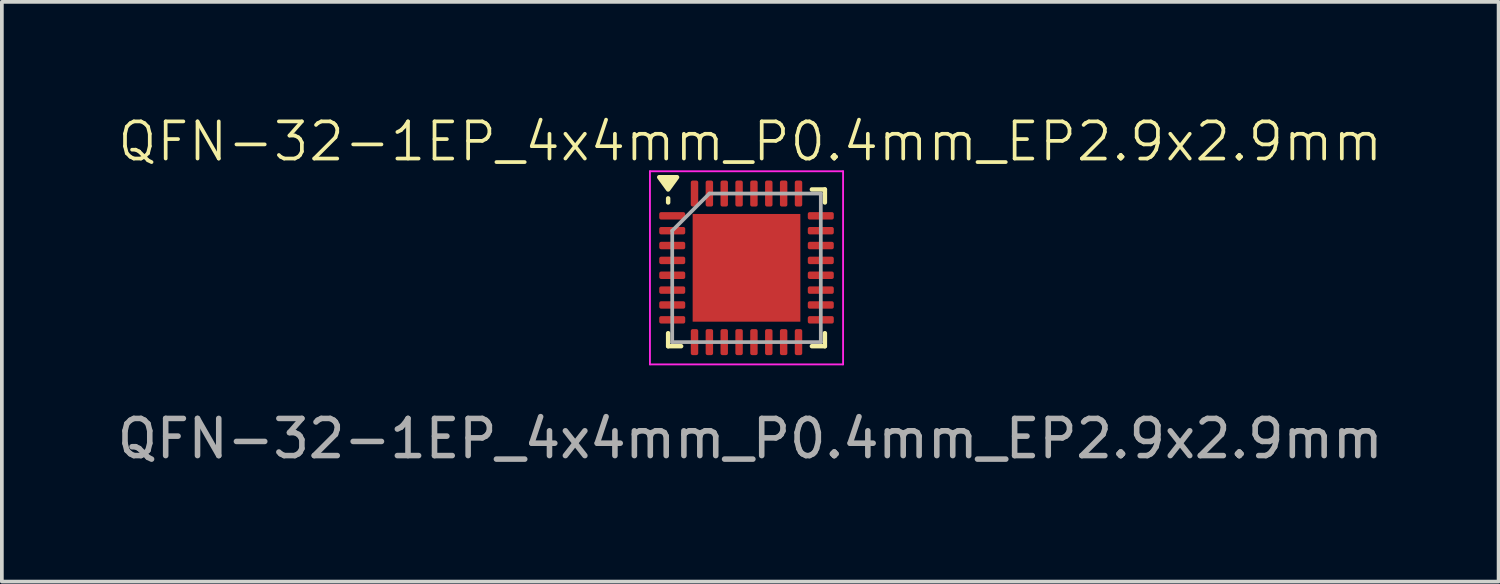
<source format=kicad_pcb>
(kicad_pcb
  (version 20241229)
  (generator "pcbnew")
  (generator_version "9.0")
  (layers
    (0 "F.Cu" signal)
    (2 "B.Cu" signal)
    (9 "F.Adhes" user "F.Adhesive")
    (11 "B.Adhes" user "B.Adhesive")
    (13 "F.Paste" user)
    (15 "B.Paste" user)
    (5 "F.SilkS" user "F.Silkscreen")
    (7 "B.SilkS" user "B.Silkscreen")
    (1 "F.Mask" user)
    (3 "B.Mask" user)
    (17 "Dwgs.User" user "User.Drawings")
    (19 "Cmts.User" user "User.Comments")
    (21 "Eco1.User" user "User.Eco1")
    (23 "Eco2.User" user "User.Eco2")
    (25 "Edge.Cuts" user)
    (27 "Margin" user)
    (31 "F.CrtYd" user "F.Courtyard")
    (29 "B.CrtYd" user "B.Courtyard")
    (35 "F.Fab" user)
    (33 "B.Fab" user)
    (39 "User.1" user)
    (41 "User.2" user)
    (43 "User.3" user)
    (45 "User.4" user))
  (footprint "QFN-32-1EP_4x4mm_P0.4mm_EP2.9x2.9mm"
    (layer "F.Cu")
    (at 17.149 4.261)
    (property "Reference" "QFN-32-1EP_4x4mm_P0.4mm_EP2.9x2.9mm" (at 0 -3.5 0) (unlocked yes) (layer "F.SilkS") (effects (font (size 1 1) (thickness 0.1))))
    (attr smd)
    (fp_line (start -2.21 -1.86) (end -2.21 -1.97) (stroke (width 0.12) (type solid)) (layer "F.SilkS"))
    (fp_line (start -2.21 2.01) (end -2.21 1.66) (stroke (width 0.12) (type solid)) (layer "F.SilkS"))
    (fp_line (start -1.86 2.01) (end -2.21 2.01) (stroke (width 0.12) (type solid)) (layer "F.SilkS"))
    (fp_line (start 1.66 -2.21) (end 2.01 -2.21) (stroke (width 0.12) (type solid)) (layer "F.SilkS"))
    (fp_line (start 1.66 2.01) (end 2.01 2.01) (stroke (width 0.12) (type solid)) (layer "F.SilkS"))
    (fp_line (start 2.01 -2.21) (end 2.01 -1.86) (stroke (width 0.12) (type solid)) (layer "F.SilkS"))
    (fp_line (start 2.01 2.01) (end 2.01 1.66) (stroke (width 0.12) (type solid)) (layer "F.SilkS"))
    (fp_poly (pts (xy -2.21 -2.21) (xy -2.45 -2.54) (xy -1.97 -2.54) (xy -2.21 -2.21)) (stroke (width 0.12) (type solid)) (fill yes) (layer "F.SilkS"))
    (fp_line (start -2.7 -2.7) (end -2.7 2.5) (stroke (width 0.05) (type solid)) (layer "F.CrtYd"))
    (fp_line (start -2.7 2.5) (end 2.5 2.5) (stroke (width 0.05) (type solid)) (layer "F.CrtYd"))
    (fp_line (start 2.5 -2.7) (end -2.7 -2.7) (stroke (width 0.05) (type solid)) (layer "F.CrtYd"))
    (fp_line (start 2.5 2.5) (end 2.5 -2.7) (stroke (width 0.05) (type solid)) (layer "F.CrtYd"))
    (fp_line (start -2.1 -1.1) (end -1.1 -2.1) (stroke (width 0.1) (type solid)) (layer "F.Fab"))
    (fp_line (start -2.1 1.9) (end -2.1 -1.1) (stroke (width 0.1) (type solid)) (layer "F.Fab"))
    (fp_line (start -1.1 -2.1) (end 1.9 -2.1) (stroke (width 0.1) (type solid)) (layer "F.Fab"))
    (fp_line (start 1.9 -2.1) (end 1.9 1.9) (stroke (width 0.1) (type solid)) (layer "F.Fab"))
    (fp_line (start 1.9 1.9) (end -2.1 1.9) (stroke (width 0.1) (type solid)) (layer "F.Fab"))
    (fp_text user "${REFERENCE}" (at 0 4.5 0) (layer "F.Fab") (effects (font (size 1 1) (thickness 0.15))))
    (pad "" smd roundrect (at -0.825 -0.825) (size 1.17 1.17) (layers "F.Paste") (roundrect_rratio 0.214))
    (pad "" smd roundrect (at -0.825 0.625) (size 1.17 1.17) (layers "F.Paste") (roundrect_rratio 0.214))
    (pad "" smd roundrect (at 0.625 -0.825) (size 1.17 1.17) (layers "F.Paste") (roundrect_rratio 0.214))
    (pad "" smd roundrect (at 0.625 0.625) (size 1.17 1.17) (layers "F.Paste") (roundrect_rratio 0.214))
    (pad "1" smd roundrect (at -2.1 -1.5) (size 0.7 0.2) (layers "F.Cu" "F.Mask" "F.Paste") (roundrect_rratio 0.25))
    (pad "2" smd roundrect (at -2.1 -1.1) (size 0.7 0.2) (layers "F.Cu" "F.Mask" "F.Paste") (roundrect_rratio 0.25))
    (pad "3" smd roundrect (at -2.1 -0.7) (size 0.7 0.2) (layers "F.Cu" "F.Mask" "F.Paste") (roundrect_rratio 0.25))
    (pad "4" smd roundrect (at -2.1 -0.3) (size 0.7 0.2) (layers "F.Cu" "F.Mask" "F.Paste") (roundrect_rratio 0.25))
    (pad "5" smd roundrect (at -2.1 0.1) (size 0.7 0.2) (layers "F.Cu" "F.Mask" "F.Paste") (roundrect_rratio 0.25))
    (pad "6" smd roundrect (at -2.1 0.5) (size 0.7 0.2) (layers "F.Cu" "F.Mask" "F.Paste") (roundrect_rratio 0.25))
    (pad "7" smd roundrect (at -2.1 0.9) (size 0.7 0.2) (layers "F.Cu" "F.Mask" "F.Paste") (roundrect_rratio 0.25))
    (pad "8" smd roundrect (at -2.1 1.3) (size 0.7 0.2) (layers "F.Cu" "F.Mask" "F.Paste") (roundrect_rratio 0.25))
    (pad "9" smd roundrect (at -1.5 1.9) (size 0.2 0.7) (layers "F.Cu" "F.Mask" "F.Paste") (roundrect_rratio 0.25))
    (pad "10" smd roundrect (at -1.1 1.9) (size 0.2 0.7) (layers "F.Cu" "F.Mask" "F.Paste") (roundrect_rratio 0.25))
    (pad "11" smd roundrect (at -0.7 1.9) (size 0.2 0.7) (layers "F.Cu" "F.Mask" "F.Paste") (roundrect_rratio 0.25))
    (pad "12" smd roundrect (at -0.3 1.9) (size 0.2 0.7) (layers "F.Cu" "F.Mask" "F.Paste") (roundrect_rratio 0.25))
    (pad "13" smd roundrect (at 0.1 1.9) (size 0.2 0.7) (layers "F.Cu" "F.Mask" "F.Paste") (roundrect_rratio 0.25))
    (pad "14" smd roundrect (at 0.5 1.9) (size 0.2 0.7) (layers "F.Cu" "F.Mask" "F.Paste") (roundrect_rratio 0.25))
    (pad "15" smd roundrect (at 0.9 1.9) (size 0.2 0.7) (layers "F.Cu" "F.Mask" "F.Paste") (roundrect_rratio 0.25))
    (pad "16" smd roundrect (at 1.3 1.9) (size 0.2 0.7) (layers "F.Cu" "F.Mask" "F.Paste") (roundrect_rratio 0.25))
    (pad "17" smd roundrect (at 1.9 1.3) (size 0.7 0.2) (layers "F.Cu" "F.Mask" "F.Paste") (roundrect_rratio 0.25))
    (pad "18" smd roundrect (at 1.9 0.9) (size 0.7 0.2) (layers "F.Cu" "F.Mask" "F.Paste") (roundrect_rratio 0.25))
    (pad "19" smd roundrect (at 1.9 0.5) (size 0.7 0.2) (layers "F.Cu" "F.Mask" "F.Paste") (roundrect_rratio 0.25))
    (pad "20" smd roundrect (at 1.9 0.1) (size 0.7 0.2) (layers "F.Cu" "F.Mask" "F.Paste") (roundrect_rratio 0.25))
    (pad "21" smd roundrect (at 1.9 -0.3) (size 0.7 0.2) (layers "F.Cu" "F.Mask" "F.Paste") (roundrect_rratio 0.25))
    (pad "22" smd roundrect (at 1.9 -0.7) (size 0.7 0.2) (layers "F.Cu" "F.Mask" "F.Paste") (roundrect_rratio 0.25))
    (pad "23" smd roundrect (at 1.9 -1.1) (size 0.7 0.2) (layers "F.Cu" "F.Mask" "F.Paste") (roundrect_rratio 0.25))
    (pad "24" smd roundrect (at 1.9 -1.5) (size 0.7 0.2) (layers "F.Cu" "F.Mask" "F.Paste") (roundrect_rratio 0.25))
    (pad "25" smd roundrect (at 1.3 -2.1) (size 0.2 0.7) (layers "F.Cu" "F.Mask" "F.Paste") (roundrect_rratio 0.25))
    (pad "26" smd roundrect (at 0.9 -2.1) (size 0.2 0.7) (layers "F.Cu" "F.Mask" "F.Paste") (roundrect_rratio 0.25))
    (pad "27" smd roundrect (at 0.5 -2.1) (size 0.2 0.7) (layers "F.Cu" "F.Mask" "F.Paste") (roundrect_rratio 0.25))
    (pad "28" smd roundrect (at 0.1 -2.1) (size 0.2 0.7) (layers "F.Cu" "F.Mask" "F.Paste") (roundrect_rratio 0.25))
    (pad "29" smd roundrect (at -0.3 -2.1) (size 0.2 0.7) (layers "F.Cu" "F.Mask" "F.Paste") (roundrect_rratio 0.25))
    (pad "30" smd roundrect (at -0.7 -2.1) (size 0.2 0.7) (layers "F.Cu" "F.Mask" "F.Paste") (roundrect_rratio 0.25))
    (pad "31" smd roundrect (at -1.1 -2.1) (size 0.2 0.7) (layers "F.Cu" "F.Mask" "F.Paste") (roundrect_rratio 0.25))
    (pad "32" smd roundrect (at -1.5 -2.1) (size 0.2 0.7) (layers "F.Cu" "F.Mask" "F.Paste") (roundrect_rratio 0.25))
    (pad "33" smd rect (at -0.1 -0.1) (size 2.9 2.9) (property pad_prop_heatsink) (layers "F.Cu" "F.Mask")))
  (gr_rect
    (start -3 -3)
    (end 37.298 12.609)
    (stroke (width 0.1) (type default))
    (fill no)
    (layer "Edge.Cuts")))
</source>
